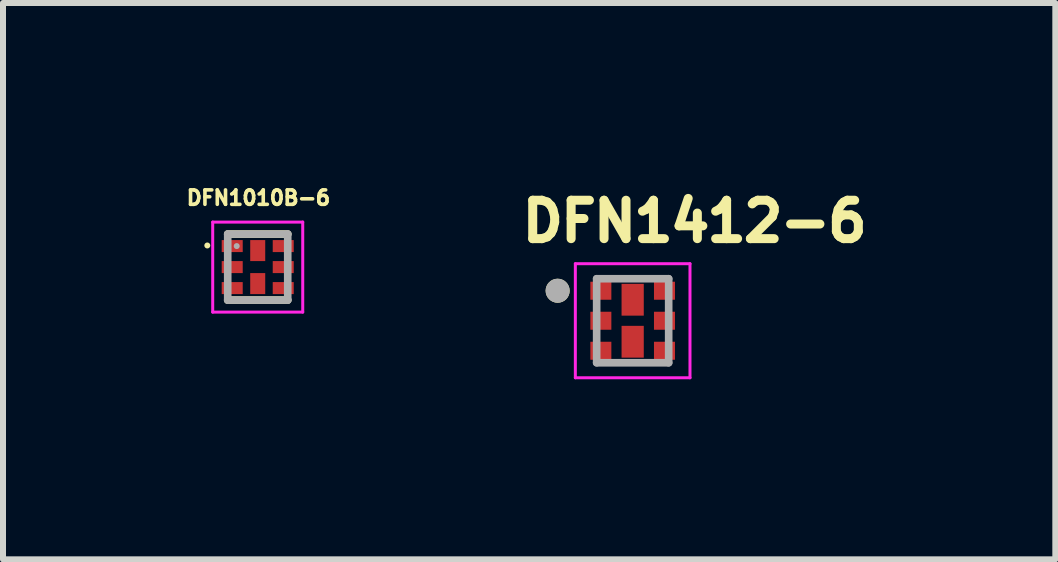
<source format=kicad_pcb>
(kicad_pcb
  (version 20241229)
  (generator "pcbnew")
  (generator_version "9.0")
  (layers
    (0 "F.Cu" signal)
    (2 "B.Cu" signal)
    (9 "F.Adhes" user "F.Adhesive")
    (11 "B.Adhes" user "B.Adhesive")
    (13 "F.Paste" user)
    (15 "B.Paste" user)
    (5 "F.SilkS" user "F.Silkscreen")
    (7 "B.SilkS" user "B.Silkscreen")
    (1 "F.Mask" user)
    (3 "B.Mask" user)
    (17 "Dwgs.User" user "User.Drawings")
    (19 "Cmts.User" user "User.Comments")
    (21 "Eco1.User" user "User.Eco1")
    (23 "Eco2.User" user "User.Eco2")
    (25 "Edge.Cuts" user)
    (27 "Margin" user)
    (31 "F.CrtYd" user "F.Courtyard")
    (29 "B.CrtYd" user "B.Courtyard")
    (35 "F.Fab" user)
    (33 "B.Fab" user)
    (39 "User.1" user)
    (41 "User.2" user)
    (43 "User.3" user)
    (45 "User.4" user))
  (footprint "DFN1412-6"
    (layer "F.Cu")
    (at 7.491 2.294)
    (property "Reference" "DFN1412-6" (at 1.032 -1.656 0) (layer "F.SilkS") (effects (font (size 0.64 0.64) (thickness 0.15))))
    (attr smd)
    (fp_poly (pts (xy -0.705 -0.65) (xy -0.355 -0.65) (xy -0.355 -0.35) (xy -0.705 -0.35)) (stroke (width 0.01) (type solid)) (fill yes) (layer "F.Mask"))
    (fp_poly (pts (xy -0.705 -0.15) (xy -0.355 -0.15) (xy -0.355 0.15) (xy -0.705 0.15)) (stroke (width 0.01) (type solid)) (fill yes) (layer "F.Mask"))
    (fp_poly (pts (xy -0.705 0.35) (xy -0.355 0.35) (xy -0.355 0.65) (xy -0.705 0.65)) (stroke (width 0.01) (type solid)) (fill yes) (layer "F.Mask"))
    (fp_poly (pts (xy -0.185 -0.615) (xy 0.185 -0.615) (xy 0.185 -0.085) (xy -0.185 -0.085)) (stroke (width 0.01) (type solid)) (fill yes) (layer "F.Mask"))
    (fp_poly (pts (xy -0.185 0.085) (xy 0.185 0.085) (xy 0.185 0.615) (xy -0.185 0.615)) (stroke (width 0.01) (type solid)) (fill yes) (layer "F.Mask"))
    (fp_poly (pts (xy 0.355 -0.65) (xy 0.705 -0.65) (xy 0.705 -0.35) (xy 0.355 -0.35)) (stroke (width 0.01) (type solid)) (fill yes) (layer "F.Mask"))
    (fp_poly (pts (xy 0.355 -0.15) (xy 0.705 -0.15) (xy 0.705 0.15) (xy 0.355 0.15)) (stroke (width 0.01) (type solid)) (fill yes) (layer "F.Mask"))
    (fp_poly (pts (xy 0.355 0.35) (xy 0.705 0.35) (xy 0.705 0.65) (xy 0.355 0.65)) (stroke (width 0.01) (type solid)) (fill yes) (layer "F.Mask"))
    (fp_circle (center -1.25 -0.5) (end -1.15 -0.5) (stroke (width 0.2) (type solid)) (fill no) (layer "F.SilkS"))
    (fp_poly (pts (xy -0.68 -0.625) (xy -0.38 -0.625) (xy -0.38 -0.375) (xy -0.68 -0.375)) (stroke (width 0.01) (type solid)) (fill yes) (layer "F.Paste"))
    (fp_poly (pts (xy -0.68 -0.125) (xy -0.38 -0.125) (xy -0.38 0.125) (xy -0.68 0.125)) (stroke (width 0.01) (type solid)) (fill yes) (layer "F.Paste"))
    (fp_poly (pts (xy -0.68 0.375) (xy -0.38 0.375) (xy -0.38 0.625) (xy -0.68 0.625)) (stroke (width 0.01) (type solid)) (fill yes) (layer "F.Paste"))
    (fp_poly (pts (xy -0.135 -0.565) (xy 0.135 -0.565) (xy 0.135 -0.135) (xy -0.135 -0.135)) (stroke (width 0.01) (type solid)) (fill yes) (layer "F.Paste"))
    (fp_poly (pts (xy -0.135 0.135) (xy 0.135 0.135) (xy 0.135 0.565) (xy -0.135 0.565)) (stroke (width 0.01) (type solid)) (fill yes) (layer "F.Paste"))
    (fp_poly (pts (xy 0.38 -0.625) (xy 0.68 -0.625) (xy 0.68 -0.375) (xy 0.38 -0.375)) (stroke (width 0.01) (type solid)) (fill yes) (layer "F.Paste"))
    (fp_poly (pts (xy 0.38 -0.125) (xy 0.68 -0.125) (xy 0.68 0.125) (xy 0.38 0.125)) (stroke (width 0.01) (type solid)) (fill yes) (layer "F.Paste"))
    (fp_poly (pts (xy 0.38 0.375) (xy 0.68 0.375) (xy 0.68 0.625) (xy 0.38 0.625)) (stroke (width 0.01) (type solid)) (fill yes) (layer "F.Paste"))
    (fp_line (start -0.955 -0.95) (end -0.955 0.95) (stroke (width 0.05) (type solid)) (layer "F.CrtYd"))
    (fp_line (start -0.955 0.95) (end 0.955 0.95) (stroke (width 0.05) (type solid)) (layer "F.CrtYd"))
    (fp_line (start 0.955 -0.95) (end -0.955 -0.95) (stroke (width 0.05) (type solid)) (layer "F.CrtYd"))
    (fp_line (start 0.955 0.95) (end 0.955 -0.95) (stroke (width 0.05) (type solid)) (layer "F.CrtYd"))
    (fp_line (start -0.6 -0.7) (end -0.6 0.7) (stroke (width 0.127) (type solid)) (layer "F.Fab"))
    (fp_line (start -0.6 0.7) (end 0.6 0.7) (stroke (width 0.127) (type solid)) (layer "F.Fab"))
    (fp_line (start 0.6 -0.7) (end -0.6 -0.7) (stroke (width 0.127) (type solid)) (layer "F.Fab"))
    (fp_line (start 0.6 0.7) (end 0.6 -0.7) (stroke (width 0.127) (type solid)) (layer "F.Fab"))
    (fp_circle (center -1.25 -0.5) (end -1.15 -0.5) (stroke (width 0.2) (type solid)) (fill no) (layer "F.Fab"))
    (pad "1" smd rect (at -0.53 -0.5) (size 0.35 0.3) (layers "F.Cu"))
    (pad "2" smd rect (at -0.53 0) (size 0.35 0.3) (layers "F.Cu"))
    (pad "3" smd rect (at -0.53 0.5) (size 0.35 0.3) (layers "F.Cu"))
    (pad "4" smd rect (at 0.53 0.5) (size 0.35 0.3) (layers "F.Cu"))
    (pad "5" smd rect (at 0.53 0) (size 0.35 0.3) (layers "F.Cu"))
    (pad "6" smd rect (at 0.53 -0.5) (size 0.35 0.3) (layers "F.Cu"))
    (pad "7" smd rect (at 0 -0.35) (size 0.37 0.53) (layers "F.Cu"))
    (pad "8" smd rect (at 0 0.35) (size 0.37 0.53) (layers "F.Cu")))
  (footprint "DFN1010B-6"
    (layer "F.Cu")
    (at 1.244 1.4)
    (property "Reference" "DFN1010B-6" (at 0.012 -1.154 0) (layer "F.SilkS") (effects (font (size 0.24 0.24) (thickness 0.06))))
    (attr smd)
    (fp_poly (pts (xy -0.601 -0.15) (xy -0.25 -0.15) (xy -0.25 0.15) (xy -0.601 0.15)) (stroke (width 0.01) (type solid)) (fill yes) (layer "F.Mask"))
    (fp_poly (pts (xy -0.601 0.2) (xy -0.25 0.2) (xy -0.25 0.501) (xy -0.601 0.501)) (stroke (width 0.01) (type solid)) (fill yes) (layer "F.Mask"))
    (fp_poly (pts (xy -0.6 -0.5) (xy -0.25 -0.5) (xy -0.25 -0.2) (xy -0.6 -0.2)) (stroke (width 0.01) (type solid)) (fill yes) (layer "F.Mask"))
    (fp_poly (pts (xy -0.175 0.05) (xy 0.175 0.05) (xy 0.175 0.501) (xy -0.175 0.501)) (stroke (width 0.01) (type solid)) (fill yes) (layer "F.Mask"))
    (fp_poly (pts (xy -0.175 -0.5) (xy 0.175 -0.5) (xy 0.175 -0.05) (xy -0.175 -0.05)) (stroke (width 0.01) (type solid)) (fill yes) (layer "F.Mask"))
    (fp_poly (pts (xy 0.25 -0.5) (xy 0.6 -0.5) (xy 0.6 -0.2) (xy 0.25 -0.2)) (stroke (width 0.01) (type solid)) (fill yes) (layer "F.Mask"))
    (fp_poly (pts (xy 0.25 -0.15) (xy 0.6 -0.15) (xy 0.6 0.15) (xy 0.25 0.15)) (stroke (width 0.01) (type solid)) (fill yes) (layer "F.Mask"))
    (fp_poly (pts (xy 0.25 0.2) (xy 0.6 0.2) (xy 0.6 0.5) (xy 0.25 0.5)) (stroke (width 0.01) (type solid)) (fill yes) (layer "F.Mask"))
    (fp_line (start -0.5 -0.55) (end 0.5 -0.55) (stroke (width 0.127) (type solid)) (layer "F.SilkS"))
    (fp_line (start 0.5 0.55) (end -0.5 0.55) (stroke (width 0.127) (type solid)) (layer "F.SilkS"))
    (fp_circle (center -0.84 -0.36) (end -0.815 -0.36) (stroke (width 0.05) (type solid)) (fill no) (layer "F.SilkS"))
    (fp_poly (pts (xy -0.551 -0.45) (xy -0.3 -0.45) (xy -0.3 -0.25) (xy -0.551 -0.25)) (stroke (width 0.01) (type solid)) (fill yes) (layer "F.Paste"))
    (fp_poly (pts (xy -0.55 -0.1) (xy -0.3 -0.1) (xy -0.3 0.1) (xy -0.55 0.1)) (stroke (width 0.01) (type solid)) (fill yes) (layer "F.Paste"))
    (fp_poly (pts (xy -0.55 0.25) (xy -0.3 0.25) (xy -0.3 0.45) (xy -0.55 0.45)) (stroke (width 0.01) (type solid)) (fill yes) (layer "F.Paste"))
    (fp_poly (pts (xy -0.079 0.165) (xy 0.079 0.165) (xy 0.079 0.386) (xy -0.079 0.386)) (stroke (width 0.01) (type solid)) (fill yes) (layer "F.Paste"))
    (fp_poly (pts (xy -0.079 -0.386) (xy 0.079 -0.386) (xy 0.079 -0.165) (xy -0.079 -0.165)) (stroke (width 0.01) (type solid)) (fill yes) (layer "F.Paste"))
    (fp_poly (pts (xy 0.3 -0.45) (xy 0.55 -0.45) (xy 0.55 -0.25) (xy 0.3 -0.25)) (stroke (width 0.01) (type solid)) (fill yes) (layer "F.Paste"))
    (fp_poly (pts (xy 0.3 0.25) (xy 0.55 0.25) (xy 0.55 0.45) (xy 0.3 0.45)) (stroke (width 0.01) (type solid)) (fill yes) (layer "F.Paste"))
    (fp_poly (pts (xy 0.301 -0.1) (xy 0.55 -0.1) (xy 0.55 0.1) (xy 0.301 0.1)) (stroke (width 0.01) (type solid)) (fill yes) (layer "F.Paste"))
    (fp_line (start -0.75 -0.75) (end 0.75 -0.75) (stroke (width 0.05) (type solid)) (layer "F.CrtYd"))
    (fp_line (start -0.75 0.75) (end -0.75 -0.75) (stroke (width 0.05) (type solid)) (layer "F.CrtYd"))
    (fp_line (start 0.75 -0.75) (end 0.75 0.75) (stroke (width 0.05) (type solid)) (layer "F.CrtYd"))
    (fp_line (start 0.75 0.75) (end -0.75 0.75) (stroke (width 0.05) (type solid)) (layer "F.CrtYd"))
    (fp_line (start -0.5 -0.55) (end 0.5 -0.55) (stroke (width 0.127) (type solid)) (layer "F.Fab"))
    (fp_line (start -0.5 0.55) (end -0.5 -0.55) (stroke (width 0.127) (type solid)) (layer "F.Fab"))
    (fp_line (start 0.5 -0.55) (end 0.5 0.55) (stroke (width 0.127) (type solid)) (layer "F.Fab"))
    (fp_line (start 0.5 0.55) (end -0.5 0.55) (stroke (width 0.127) (type solid)) (layer "F.Fab"))
    (fp_circle (center -0.35 -0.35) (end -0.325 -0.35) (stroke (width 0.05) (type solid)) (fill no) (layer "F.Fab"))
    (pad "1" smd rect (at -0.425 -0.35) (size 0.35 0.2) (layers "F.Cu"))
    (pad "2" smd rect (at -0.425 0) (size 0.35 0.2) (layers "F.Cu"))
    (pad "3" smd rect (at -0.425 0.35) (size 0.35 0.2) (layers "F.Cu"))
    (pad "4" smd rect (at 0.425 0.35 180) (size 0.35 0.2) (layers "F.Cu"))
    (pad "5" smd rect (at 0.425 0 180) (size 0.35 0.2) (layers "F.Cu"))
    (pad "6" smd rect (at 0.425 -0.35 180) (size 0.35 0.2) (layers "F.Cu"))
    (pad "7" smd rect (at 0 -0.275) (size 0.25 0.35) (layers "F.Cu"))
    (pad "8" smd rect (at 0 0.275) (size 0.25 0.35) (layers "F.Cu")))
  (gr_rect
    (start -3 -3)
    (end 14.533 6.269)
    (stroke (width 0.1) (type default))
    (fill no)
    (layer "Edge.Cuts")))
</source>
